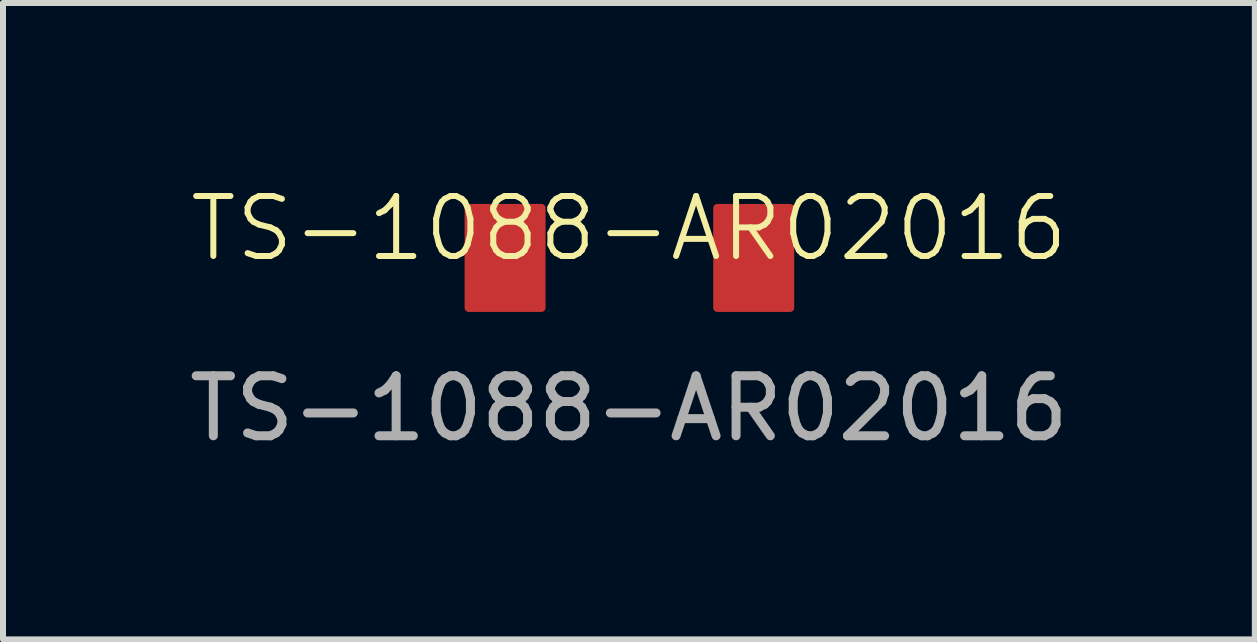
<source format=kicad_pcb>
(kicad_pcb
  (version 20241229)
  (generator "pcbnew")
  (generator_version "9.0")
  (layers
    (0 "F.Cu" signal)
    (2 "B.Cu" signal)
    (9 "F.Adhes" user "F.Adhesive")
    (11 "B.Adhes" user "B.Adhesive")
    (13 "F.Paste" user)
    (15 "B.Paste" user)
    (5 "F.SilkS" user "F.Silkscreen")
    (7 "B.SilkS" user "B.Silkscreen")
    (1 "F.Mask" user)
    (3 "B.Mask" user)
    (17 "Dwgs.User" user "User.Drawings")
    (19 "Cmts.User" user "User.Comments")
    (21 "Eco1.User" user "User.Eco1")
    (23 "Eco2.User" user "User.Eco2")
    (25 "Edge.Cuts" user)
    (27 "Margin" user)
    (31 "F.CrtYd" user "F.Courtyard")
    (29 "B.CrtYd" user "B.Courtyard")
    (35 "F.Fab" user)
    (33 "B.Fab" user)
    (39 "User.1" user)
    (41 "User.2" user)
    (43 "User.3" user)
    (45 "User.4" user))
  (footprint "TS-1088-AR02016"
    (layer "F.Cu")
    (at 7.435 1.26)
    (property "Reference" "TS-1088-AR02016" (at 0 -0.5 0) (unlocked yes) (layer "F.SilkS") (effects (font (size 1 1) (thickness 0.1))))
    (attr through_hole)
    (fp_text user "${REFERENCE}" (at 0 2.5 0) (unlocked yes) (layer "F.Fab") (effects (font (size 1 1) (thickness 0.15))))
    (pad "1" smd roundrect (at -2.065 -0.01) (size 1.35 1.8) (layers "F.Cu" "F.Mask" "F.Paste") (roundrect_rratio 0.05))
    (pad "2" smd roundrect (at 2.08 -0.01) (size 1.35 1.8) (layers "F.Cu" "F.Mask" "F.Paste") (roundrect_rratio 0.05)))
  (gr_rect
    (start -3 -3)
    (end 17.869 7.609)
    (stroke (width 0.1) (type default))
    (fill no)
    (layer "Edge.Cuts")))
</source>
